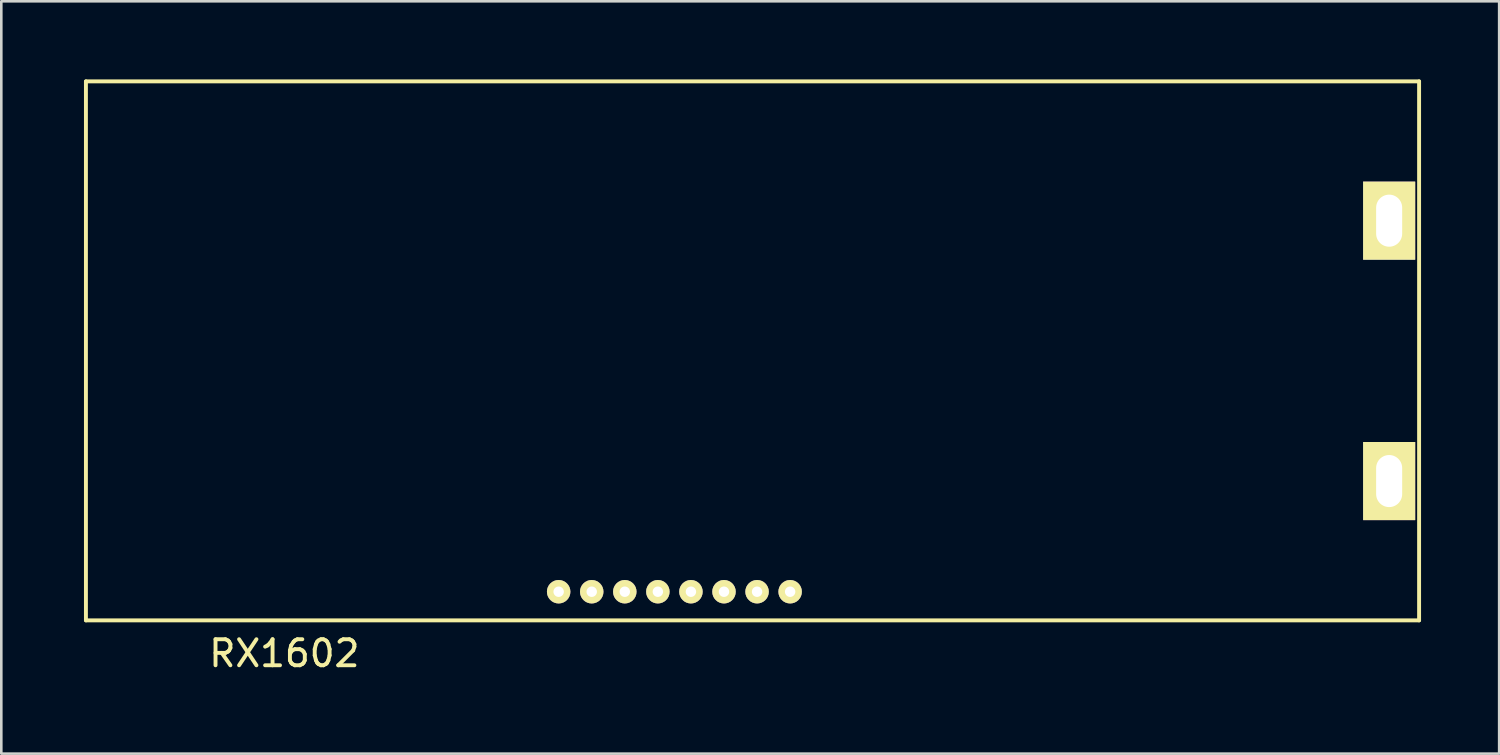
<source format=kicad_pcb>
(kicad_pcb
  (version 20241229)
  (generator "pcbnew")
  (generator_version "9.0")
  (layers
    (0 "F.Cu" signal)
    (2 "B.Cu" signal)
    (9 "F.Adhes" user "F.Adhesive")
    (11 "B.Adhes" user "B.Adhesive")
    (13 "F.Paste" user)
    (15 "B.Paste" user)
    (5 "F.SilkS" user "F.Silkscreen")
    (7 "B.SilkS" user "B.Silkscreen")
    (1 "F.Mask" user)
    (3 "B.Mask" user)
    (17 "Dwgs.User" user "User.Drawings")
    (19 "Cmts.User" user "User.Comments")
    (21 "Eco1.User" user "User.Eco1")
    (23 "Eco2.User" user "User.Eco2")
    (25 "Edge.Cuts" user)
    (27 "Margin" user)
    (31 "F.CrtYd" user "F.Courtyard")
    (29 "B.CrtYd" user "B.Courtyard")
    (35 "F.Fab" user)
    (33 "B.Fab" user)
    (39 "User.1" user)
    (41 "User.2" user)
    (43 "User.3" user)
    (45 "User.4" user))
  (footprint "RX1602"
    (layer "F.Cu")
    (at 0.25 20.775)
    (property "Reference" "RX1602" (at 7.62 1.27 0) (layer "F.SilkS") (effects (font (size 1 1) (thickness 0.15))))
    (attr through_hole)
    (fp_line (start 0 -20.7) (end 51.2 -20.7) (stroke (width 0.15) (type solid)) (layer "F.SilkS"))
    (fp_line (start 0 0) (end 0 -20.7) (stroke (width 0.15) (type solid)) (layer "F.SilkS"))
    (fp_line (start 0 0) (end 51.2 0) (stroke (width 0.15) (type solid)) (layer "F.SilkS"))
    (fp_line (start 51.2 0) (end 51.2 -20.7) (stroke (width 0.15) (type solid)) (layer "F.SilkS"))
    (pad "1" thru_hole circle (at 18.155 -1.1) (size 0.9 0.9) (drill 0.4) (layers "*.Cu" "*.Mask" "F.SilkS"))
    (pad "2" thru_hole circle (at 19.425 -1.1) (size 0.9 0.9) (drill 0.4) (layers "*.Cu" "*.Mask" "F.SilkS"))
    (pad "3" thru_hole circle (at 20.695 -1.1) (size 0.9 0.9) (drill 0.4) (layers "*.Cu" "*.Mask" "F.SilkS"))
    (pad "4" thru_hole circle (at 21.965 -1.1) (size 0.9 0.9) (drill 0.4) (layers "*.Cu" "*.Mask" "F.SilkS"))
    (pad "5" thru_hole circle (at 23.235 -1.1) (size 0.9 0.9) (drill 0.4) (layers "*.Cu" "*.Mask" "F.SilkS"))
    (pad "6" thru_hole circle (at 24.505 -1.1) (size 0.9 0.9) (drill 0.4) (layers "*.Cu" "*.Mask" "F.SilkS"))
    (pad "7" thru_hole circle (at 25.775 -1.1) (size 0.9 0.9) (drill 0.4) (layers "*.Cu" "*.Mask" "F.SilkS"))
    (pad "8" thru_hole circle (at 27.045 -1.1) (size 0.9 0.9) (drill 0.4) (layers "*.Cu" "*.Mask" "F.SilkS"))
    (pad "A" thru_hole rect (at 50.05 -5.35) (size 2 3) (drill oval 1 2) (layers "*.Cu" "*.Mask" "F.SilkS"))
    (pad "K" thru_hole rect (at 50.05 -15.35) (size 2 3) (drill oval 1 2) (layers "*.Cu" "*.Mask" "F.SilkS")))
  (gr_rect
    (start -3 -3)
    (end 54.525 25.893)
    (stroke (width 0.1) (type default))
    (fill no)
    (layer "Edge.Cuts")))
</source>
